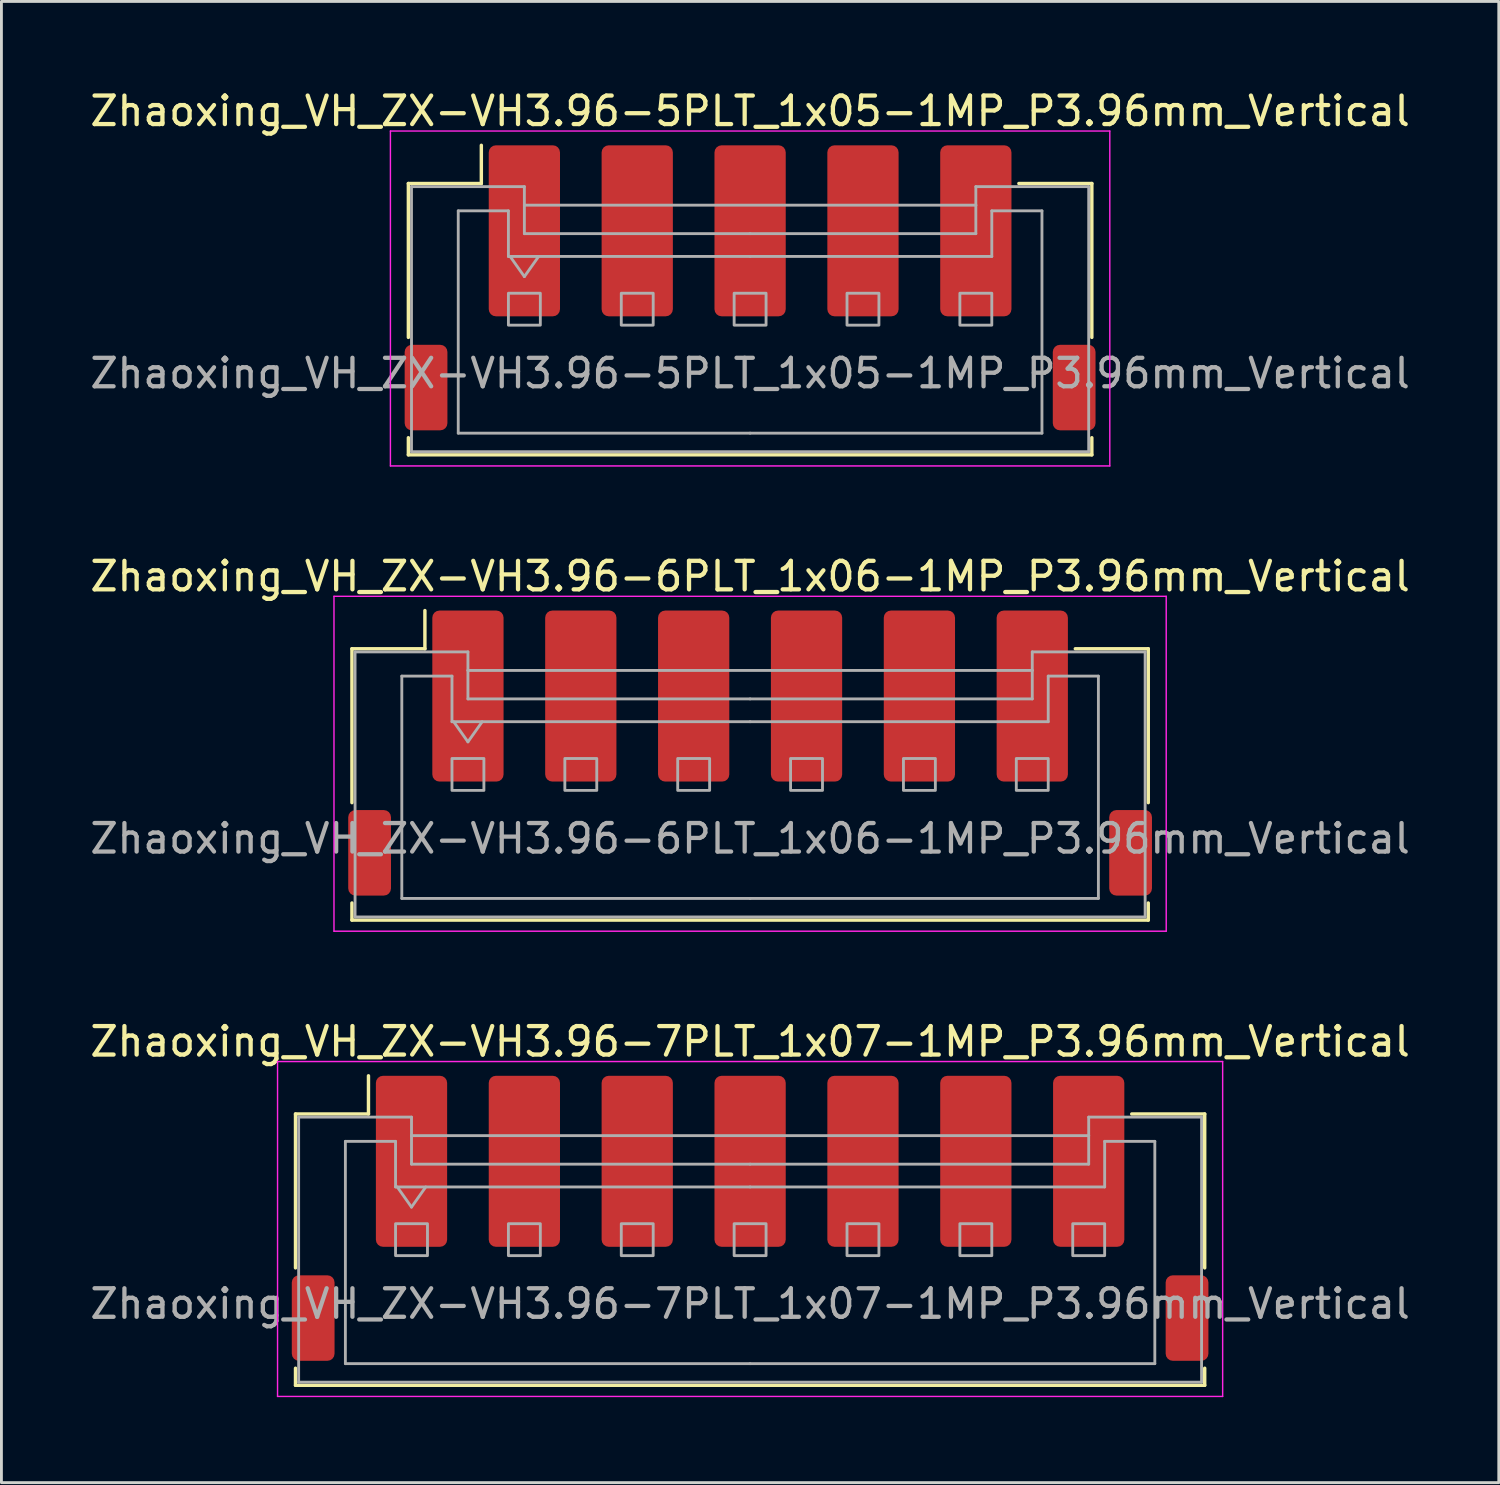
<source format=kicad_pcb>
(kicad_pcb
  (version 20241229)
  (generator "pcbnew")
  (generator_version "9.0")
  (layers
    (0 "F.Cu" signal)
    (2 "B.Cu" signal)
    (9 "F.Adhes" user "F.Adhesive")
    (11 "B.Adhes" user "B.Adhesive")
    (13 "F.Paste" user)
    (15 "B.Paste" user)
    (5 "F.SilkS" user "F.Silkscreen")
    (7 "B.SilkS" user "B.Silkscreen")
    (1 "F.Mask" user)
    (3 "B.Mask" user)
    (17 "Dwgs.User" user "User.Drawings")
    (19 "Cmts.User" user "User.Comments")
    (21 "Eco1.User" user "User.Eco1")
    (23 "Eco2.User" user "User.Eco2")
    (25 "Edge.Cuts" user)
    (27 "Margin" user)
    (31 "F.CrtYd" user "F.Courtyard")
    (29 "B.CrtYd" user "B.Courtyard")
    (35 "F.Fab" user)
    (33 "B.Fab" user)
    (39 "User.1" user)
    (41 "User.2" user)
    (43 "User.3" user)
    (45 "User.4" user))
  (footprint "Zhaoxing_VH_ZX-VH3.96-6PLT_1x06-1MP_P3.96mm_Vertical"
    (layer "F.Cu")
    (at 23.268 23.372)
    (property "Reference" "Zhaoxing_VH_ZX-VH3.96-6PLT_1x06-1MP_P3.96mm_Vertical" (at 0 -6.2 0) (layer "F.SilkS") (effects (font (size 1 1) (thickness 0.15))))
    (attr smd)
    (fp_line (start -13.97 -3.66) (end -11.41 -3.66) (stroke (width 0.12) (type solid)) (layer "F.SilkS"))
    (fp_line (start -13.97 1.74) (end -13.97 -3.66) (stroke (width 0.12) (type solid)) (layer "F.SilkS"))
    (fp_line (start -13.97 5.26) (end -13.97 5.86) (stroke (width 0.12) (type solid)) (layer "F.SilkS"))
    (fp_line (start -13.97 5.86) (end 13.97 5.86) (stroke (width 0.12) (type solid)) (layer "F.SilkS"))
    (fp_line (start -11.41 -3.66) (end -11.41 -5) (stroke (width 0.12) (type solid)) (layer "F.SilkS"))
    (fp_line (start 13.97 -3.66) (end 11.41 -3.66) (stroke (width 0.12) (type solid)) (layer "F.SilkS"))
    (fp_line (start 13.97 1.74) (end 13.97 -3.66) (stroke (width 0.12) (type solid)) (layer "F.SilkS"))
    (fp_line (start 13.97 5.86) (end 13.97 5.26) (stroke (width 0.12) (type solid)) (layer "F.SilkS"))
    (fp_line (start -14.6 -5.5) (end -14.6 6.25) (stroke (width 0.05) (type solid)) (layer "F.CrtYd"))
    (fp_line (start -14.6 6.25) (end 14.6 6.25) (stroke (width 0.05) (type solid)) (layer "F.CrtYd"))
    (fp_line (start 14.6 -5.5) (end -14.6 -5.5) (stroke (width 0.05) (type solid)) (layer "F.CrtYd"))
    (fp_line (start 14.6 6.25) (end 14.6 -5.5) (stroke (width 0.05) (type solid)) (layer "F.CrtYd"))
    (fp_line (start -13.86 -3.55) (end -13.86 5.75) (stroke (width 0.1) (type solid)) (layer "F.Fab"))
    (fp_line (start -13.86 -3.55) (end -9.9 -3.55) (stroke (width 0.1) (type solid)) (layer "F.Fab"))
    (fp_line (start -13.86 5.75) (end 13.86 5.75) (stroke (width 0.1) (type solid)) (layer "F.Fab"))
    (fp_line (start -12.22 -2.7) (end -12.22 5.1) (stroke (width 0.1) (type solid)) (layer "F.Fab"))
    (fp_line (start -12.22 5.1) (end 0 5.1) (stroke (width 0.1) (type solid)) (layer "F.Fab"))
    (fp_line (start -10.46 -2.7) (end -12.22 -2.7) (stroke (width 0.1) (type solid)) (layer "F.Fab"))
    (fp_line (start -10.46 -1.1) (end -10.46 -2.7) (stroke (width 0.1) (type solid)) (layer "F.Fab"))
    (fp_line (start -10.4 -1.1) (end -9.9 -0.393) (stroke (width 0.1) (type solid)) (layer "F.Fab"))
    (fp_line (start -9.9 -3.55) (end -9.9 -2.9) (stroke (width 0.1) (type solid)) (layer "F.Fab"))
    (fp_line (start -9.9 -2.9) (end 9.9 -2.9) (stroke (width 0.1) (type solid)) (layer "F.Fab"))
    (fp_line (start -9.9 -1.9) (end -9.9 -2.9) (stroke (width 0.1) (type solid)) (layer "F.Fab"))
    (fp_line (start -9.9 -0.393) (end -9.4 -1.1) (stroke (width 0.1) (type solid)) (layer "F.Fab"))
    (fp_line (start 0 -1.9) (end -9.9 -1.9) (stroke (width 0.1) (type solid)) (layer "F.Fab"))
    (fp_line (start 0 -1.9) (end 9.9 -1.9) (stroke (width 0.1) (type solid)) (layer "F.Fab"))
    (fp_line (start 0 -1.1) (end -10.46 -1.1) (stroke (width 0.1) (type solid)) (layer "F.Fab"))
    (fp_line (start 0 -1.1) (end 10.46 -1.1) (stroke (width 0.1) (type solid)) (layer "F.Fab"))
    (fp_line (start 9.9 -3.55) (end 13.86 -3.55) (stroke (width 0.1) (type solid)) (layer "F.Fab"))
    (fp_line (start 9.9 -2.9) (end 9.9 -3.55) (stroke (width 0.1) (type solid)) (layer "F.Fab"))
    (fp_line (start 9.9 -1.9) (end 9.9 -2.9) (stroke (width 0.1) (type solid)) (layer "F.Fab"))
    (fp_line (start 10.46 -2.7) (end 12.22 -2.7) (stroke (width 0.1) (type solid)) (layer "F.Fab"))
    (fp_line (start 10.46 -1.1) (end 10.46 -2.7) (stroke (width 0.1) (type solid)) (layer "F.Fab"))
    (fp_line (start 12.22 -2.7) (end 12.22 5.1) (stroke (width 0.1) (type solid)) (layer "F.Fab"))
    (fp_line (start 12.22 5.1) (end 0 5.1) (stroke (width 0.1) (type solid)) (layer "F.Fab"))
    (fp_line (start 13.86 -3.55) (end 13.86 5.75) (stroke (width 0.1) (type solid)) (layer "F.Fab"))
    (fp_rect (start -10.46 0.19) (end -9.34 1.31) (stroke (width 0.1) (type solid)) (fill no) (layer "F.Fab"))
    (fp_rect (start -6.5 0.19) (end -5.38 1.31) (stroke (width 0.1) (type solid)) (fill no) (layer "F.Fab"))
    (fp_rect (start -2.54 0.19) (end -1.42 1.31) (stroke (width 0.1) (type solid)) (fill no) (layer "F.Fab"))
    (fp_rect (start 1.42 0.19) (end 2.54 1.31) (stroke (width 0.1) (type solid)) (fill no) (layer "F.Fab"))
    (fp_rect (start 5.38 0.19) (end 6.5 1.31) (stroke (width 0.1) (type solid)) (fill no) (layer "F.Fab"))
    (fp_rect (start 9.34 0.19) (end 10.46 1.31) (stroke (width 0.1) (type solid)) (fill no) (layer "F.Fab"))
    (fp_text user "${REFERENCE}" (at 0 3 0) (layer "F.Fab") (effects (font (size 1 1) (thickness 0.15))))
    (pad "1" smd roundrect (at -9.9 -2) (size 2.5 6) (layers "F.Cu" "F.Mask" "F.Paste") (roundrect_rratio 0.1))
    (pad "2" smd roundrect (at -5.94 -2) (size 2.5 6) (layers "F.Cu" "F.Mask" "F.Paste") (roundrect_rratio 0.1))
    (pad "3" smd roundrect (at -1.98 -2) (size 2.5 6) (layers "F.Cu" "F.Mask" "F.Paste") (roundrect_rratio 0.1))
    (pad "4" smd roundrect (at 1.98 -2) (size 2.5 6) (layers "F.Cu" "F.Mask" "F.Paste") (roundrect_rratio 0.1))
    (pad "5" smd roundrect (at 5.94 -2) (size 2.5 6) (layers "F.Cu" "F.Mask" "F.Paste") (roundrect_rratio 0.1))
    (pad "6" smd roundrect (at 9.9 -2) (size 2.5 6) (layers "F.Cu" "F.Mask" "F.Paste") (roundrect_rratio 0.1))
    (pad "MP" smd roundrect (at -13.35 3.5) (size 1.5 3) (layers "F.Cu" "F.Mask" "F.Paste") (roundrect_rratio 0.167))
    (pad "MP" smd roundrect (at 13.35 3.5) (size 1.5 3) (layers "F.Cu" "F.Mask" "F.Paste") (roundrect_rratio 0.167)))
  (footprint "Zhaoxing_VH_ZX-VH3.96-5PLT_1x05-1MP_P3.96mm_Vertical"
    (layer "F.Cu")
    (at 23.268 7.048)
    (property "Reference" "Zhaoxing_VH_ZX-VH3.96-5PLT_1x05-1MP_P3.96mm_Vertical" (at 0 -6.2 0) (layer "F.SilkS") (effects (font (size 1 1) (thickness 0.15))))
    (attr smd)
    (fp_line (start -11.99 -3.66) (end -9.43 -3.66) (stroke (width 0.12) (type solid)) (layer "F.SilkS"))
    (fp_line (start -11.99 1.74) (end -11.99 -3.66) (stroke (width 0.12) (type solid)) (layer "F.SilkS"))
    (fp_line (start -11.99 5.26) (end -11.99 5.86) (stroke (width 0.12) (type solid)) (layer "F.SilkS"))
    (fp_line (start -11.99 5.86) (end 11.99 5.86) (stroke (width 0.12) (type solid)) (layer "F.SilkS"))
    (fp_line (start -9.43 -3.66) (end -9.43 -5) (stroke (width 0.12) (type solid)) (layer "F.SilkS"))
    (fp_line (start 11.99 -3.66) (end 9.43 -3.66) (stroke (width 0.12) (type solid)) (layer "F.SilkS"))
    (fp_line (start 11.99 1.74) (end 11.99 -3.66) (stroke (width 0.12) (type solid)) (layer "F.SilkS"))
    (fp_line (start 11.99 5.86) (end 11.99 5.26) (stroke (width 0.12) (type solid)) (layer "F.SilkS"))
    (fp_line (start -12.62 -5.5) (end -12.62 6.25) (stroke (width 0.05) (type solid)) (layer "F.CrtYd"))
    (fp_line (start -12.62 6.25) (end 12.62 6.25) (stroke (width 0.05) (type solid)) (layer "F.CrtYd"))
    (fp_line (start 12.62 -5.5) (end -12.62 -5.5) (stroke (width 0.05) (type solid)) (layer "F.CrtYd"))
    (fp_line (start 12.62 6.25) (end 12.62 -5.5) (stroke (width 0.05) (type solid)) (layer "F.CrtYd"))
    (fp_line (start -11.88 -3.55) (end -11.88 5.75) (stroke (width 0.1) (type solid)) (layer "F.Fab"))
    (fp_line (start -11.88 -3.55) (end -7.92 -3.55) (stroke (width 0.1) (type solid)) (layer "F.Fab"))
    (fp_line (start -11.88 5.75) (end 11.88 5.75) (stroke (width 0.1) (type solid)) (layer "F.Fab"))
    (fp_line (start -10.24 -2.7) (end -10.24 5.1) (stroke (width 0.1) (type solid)) (layer "F.Fab"))
    (fp_line (start -10.24 5.1) (end 0 5.1) (stroke (width 0.1) (type solid)) (layer "F.Fab"))
    (fp_line (start -8.48 -2.7) (end -10.24 -2.7) (stroke (width 0.1) (type solid)) (layer "F.Fab"))
    (fp_line (start -8.48 -1.1) (end -8.48 -2.7) (stroke (width 0.1) (type solid)) (layer "F.Fab"))
    (fp_line (start -8.42 -1.1) (end -7.92 -0.393) (stroke (width 0.1) (type solid)) (layer "F.Fab"))
    (fp_line (start -7.92 -3.55) (end -7.92 -2.9) (stroke (width 0.1) (type solid)) (layer "F.Fab"))
    (fp_line (start -7.92 -2.9) (end 7.92 -2.9) (stroke (width 0.1) (type solid)) (layer "F.Fab"))
    (fp_line (start -7.92 -1.9) (end -7.92 -2.9) (stroke (width 0.1) (type solid)) (layer "F.Fab"))
    (fp_line (start -7.92 -0.393) (end -7.42 -1.1) (stroke (width 0.1) (type solid)) (layer "F.Fab"))
    (fp_line (start 0 -1.9) (end -7.92 -1.9) (stroke (width 0.1) (type solid)) (layer "F.Fab"))
    (fp_line (start 0 -1.9) (end 7.92 -1.9) (stroke (width 0.1) (type solid)) (layer "F.Fab"))
    (fp_line (start 0 -1.1) (end -8.48 -1.1) (stroke (width 0.1) (type solid)) (layer "F.Fab"))
    (fp_line (start 0 -1.1) (end 8.48 -1.1) (stroke (width 0.1) (type solid)) (layer "F.Fab"))
    (fp_line (start 7.92 -3.55) (end 11.88 -3.55) (stroke (width 0.1) (type solid)) (layer "F.Fab"))
    (fp_line (start 7.92 -2.9) (end 7.92 -3.55) (stroke (width 0.1) (type solid)) (layer "F.Fab"))
    (fp_line (start 7.92 -1.9) (end 7.92 -2.9) (stroke (width 0.1) (type solid)) (layer "F.Fab"))
    (fp_line (start 8.48 -2.7) (end 10.24 -2.7) (stroke (width 0.1) (type solid)) (layer "F.Fab"))
    (fp_line (start 8.48 -1.1) (end 8.48 -2.7) (stroke (width 0.1) (type solid)) (layer "F.Fab"))
    (fp_line (start 10.24 -2.7) (end 10.24 5.1) (stroke (width 0.1) (type solid)) (layer "F.Fab"))
    (fp_line (start 10.24 5.1) (end 0 5.1) (stroke (width 0.1) (type solid)) (layer "F.Fab"))
    (fp_line (start 11.88 -3.55) (end 11.88 5.75) (stroke (width 0.1) (type solid)) (layer "F.Fab"))
    (fp_rect (start -8.48 0.19) (end -7.36 1.31) (stroke (width 0.1) (type solid)) (fill no) (layer "F.Fab"))
    (fp_rect (start -4.52 0.19) (end -3.4 1.31) (stroke (width 0.1) (type solid)) (fill no) (layer "F.Fab"))
    (fp_rect (start -0.56 0.19) (end 0.56 1.31) (stroke (width 0.1) (type solid)) (fill no) (layer "F.Fab"))
    (fp_rect (start 3.4 0.19) (end 4.52 1.31) (stroke (width 0.1) (type solid)) (fill no) (layer "F.Fab"))
    (fp_rect (start 7.36 0.19) (end 8.48 1.31) (stroke (width 0.1) (type solid)) (fill no) (layer "F.Fab"))
    (fp_text user "${REFERENCE}" (at 0 3 0) (layer "F.Fab") (effects (font (size 1 1) (thickness 0.15))))
    (pad "1" smd roundrect (at -7.92 -2) (size 2.5 6) (layers "F.Cu" "F.Mask" "F.Paste") (roundrect_rratio 0.1))
    (pad "2" smd roundrect (at -3.96 -2) (size 2.5 6) (layers "F.Cu" "F.Mask" "F.Paste") (roundrect_rratio 0.1))
    (pad "3" smd roundrect (at 0 -2) (size 2.5 6) (layers "F.Cu" "F.Mask" "F.Paste") (roundrect_rratio 0.1))
    (pad "4" smd roundrect (at 3.96 -2) (size 2.5 6) (layers "F.Cu" "F.Mask" "F.Paste") (roundrect_rratio 0.1))
    (pad "5" smd roundrect (at 7.92 -2) (size 2.5 6) (layers "F.Cu" "F.Mask" "F.Paste") (roundrect_rratio 0.1))
    (pad "MP" smd roundrect (at -11.37 3.5) (size 1.5 3) (layers "F.Cu" "F.Mask" "F.Paste") (roundrect_rratio 0.167))
    (pad "MP" smd roundrect (at 11.37 3.5) (size 1.5 3) (layers "F.Cu" "F.Mask" "F.Paste") (roundrect_rratio 0.167)))
  (footprint "Zhaoxing_VH_ZX-VH3.96-7PLT_1x07-1MP_P3.96mm_Vertical"
    (layer "F.Cu")
    (at 23.268 39.695)
    (property "Reference" "Zhaoxing_VH_ZX-VH3.96-7PLT_1x07-1MP_P3.96mm_Vertical" (at 0 -6.2 0) (layer "F.SilkS") (effects (font (size 1 1) (thickness 0.15))))
    (attr smd)
    (fp_line (start -15.95 -3.66) (end -13.39 -3.66) (stroke (width 0.12) (type solid)) (layer "F.SilkS"))
    (fp_line (start -15.95 1.74) (end -15.95 -3.66) (stroke (width 0.12) (type solid)) (layer "F.SilkS"))
    (fp_line (start -15.95 5.26) (end -15.95 5.86) (stroke (width 0.12) (type solid)) (layer "F.SilkS"))
    (fp_line (start -15.95 5.86) (end 15.95 5.86) (stroke (width 0.12) (type solid)) (layer "F.SilkS"))
    (fp_line (start -13.39 -3.66) (end -13.39 -5) (stroke (width 0.12) (type solid)) (layer "F.SilkS"))
    (fp_line (start 15.95 -3.66) (end 13.39 -3.66) (stroke (width 0.12) (type solid)) (layer "F.SilkS"))
    (fp_line (start 15.95 1.74) (end 15.95 -3.66) (stroke (width 0.12) (type solid)) (layer "F.SilkS"))
    (fp_line (start 15.95 5.86) (end 15.95 5.26) (stroke (width 0.12) (type solid)) (layer "F.SilkS"))
    (fp_line (start -16.58 -5.5) (end -16.58 6.25) (stroke (width 0.05) (type solid)) (layer "F.CrtYd"))
    (fp_line (start -16.58 6.25) (end 16.58 6.25) (stroke (width 0.05) (type solid)) (layer "F.CrtYd"))
    (fp_line (start 16.58 -5.5) (end -16.58 -5.5) (stroke (width 0.05) (type solid)) (layer "F.CrtYd"))
    (fp_line (start 16.58 6.25) (end 16.58 -5.5) (stroke (width 0.05) (type solid)) (layer "F.CrtYd"))
    (fp_line (start -15.84 -3.55) (end -15.84 5.75) (stroke (width 0.1) (type solid)) (layer "F.Fab"))
    (fp_line (start -15.84 -3.55) (end -11.88 -3.55) (stroke (width 0.1) (type solid)) (layer "F.Fab"))
    (fp_line (start -15.84 5.75) (end 15.84 5.75) (stroke (width 0.1) (type solid)) (layer "F.Fab"))
    (fp_line (start -14.2 -2.7) (end -14.2 5.1) (stroke (width 0.1) (type solid)) (layer "F.Fab"))
    (fp_line (start -14.2 5.1) (end 0 5.1) (stroke (width 0.1) (type solid)) (layer "F.Fab"))
    (fp_line (start -12.44 -2.7) (end -14.2 -2.7) (stroke (width 0.1) (type solid)) (layer "F.Fab"))
    (fp_line (start -12.44 -1.1) (end -12.44 -2.7) (stroke (width 0.1) (type solid)) (layer "F.Fab"))
    (fp_line (start -12.38 -1.1) (end -11.88 -0.393) (stroke (width 0.1) (type solid)) (layer "F.Fab"))
    (fp_line (start -11.88 -3.55) (end -11.88 -2.9) (stroke (width 0.1) (type solid)) (layer "F.Fab"))
    (fp_line (start -11.88 -2.9) (end 11.88 -2.9) (stroke (width 0.1) (type solid)) (layer "F.Fab"))
    (fp_line (start -11.88 -1.9) (end -11.88 -2.9) (stroke (width 0.1) (type solid)) (layer "F.Fab"))
    (fp_line (start -11.88 -0.393) (end -11.38 -1.1) (stroke (width 0.1) (type solid)) (layer "F.Fab"))
    (fp_line (start 0 -1.9) (end -11.88 -1.9) (stroke (width 0.1) (type solid)) (layer "F.Fab"))
    (fp_line (start 0 -1.9) (end 11.88 -1.9) (stroke (width 0.1) (type solid)) (layer "F.Fab"))
    (fp_line (start 0 -1.1) (end -12.44 -1.1) (stroke (width 0.1) (type solid)) (layer "F.Fab"))
    (fp_line (start 0 -1.1) (end 12.44 -1.1) (stroke (width 0.1) (type solid)) (layer "F.Fab"))
    (fp_line (start 11.88 -3.55) (end 15.84 -3.55) (stroke (width 0.1) (type solid)) (layer "F.Fab"))
    (fp_line (start 11.88 -2.9) (end 11.88 -3.55) (stroke (width 0.1) (type solid)) (layer "F.Fab"))
    (fp_line (start 11.88 -1.9) (end 11.88 -2.9) (stroke (width 0.1) (type solid)) (layer "F.Fab"))
    (fp_line (start 12.44 -2.7) (end 14.2 -2.7) (stroke (width 0.1) (type solid)) (layer "F.Fab"))
    (fp_line (start 12.44 -1.1) (end 12.44 -2.7) (stroke (width 0.1) (type solid)) (layer "F.Fab"))
    (fp_line (start 14.2 -2.7) (end 14.2 5.1) (stroke (width 0.1) (type solid)) (layer "F.Fab"))
    (fp_line (start 14.2 5.1) (end 0 5.1) (stroke (width 0.1) (type solid)) (layer "F.Fab"))
    (fp_line (start 15.84 -3.55) (end 15.84 5.75) (stroke (width 0.1) (type solid)) (layer "F.Fab"))
    (fp_rect (start -12.44 0.19) (end -11.32 1.31) (stroke (width 0.1) (type solid)) (fill no) (layer "F.Fab"))
    (fp_rect (start -8.48 0.19) (end -7.36 1.31) (stroke (width 0.1) (type solid)) (fill no) (layer "F.Fab"))
    (fp_rect (start -4.52 0.19) (end -3.4 1.31) (stroke (width 0.1) (type solid)) (fill no) (layer "F.Fab"))
    (fp_rect (start -0.56 0.19) (end 0.56 1.31) (stroke (width 0.1) (type solid)) (fill no) (layer "F.Fab"))
    (fp_rect (start 3.4 0.19) (end 4.52 1.31) (stroke (width 0.1) (type solid)) (fill no) (layer "F.Fab"))
    (fp_rect (start 7.36 0.19) (end 8.48 1.31) (stroke (width 0.1) (type solid)) (fill no) (layer "F.Fab"))
    (fp_rect (start 11.32 0.19) (end 12.44 1.31) (stroke (width 0.1) (type solid)) (fill no) (layer "F.Fab"))
    (fp_text user "${REFERENCE}" (at 0 3 0) (layer "F.Fab") (effects (font (size 1 1) (thickness 0.15))))
    (pad "1" smd roundrect (at -11.88 -2) (size 2.5 6) (layers "F.Cu" "F.Mask" "F.Paste") (roundrect_rratio 0.1))
    (pad "2" smd roundrect (at -7.92 -2) (size 2.5 6) (layers "F.Cu" "F.Mask" "F.Paste") (roundrect_rratio 0.1))
    (pad "3" smd roundrect (at -3.96 -2) (size 2.5 6) (layers "F.Cu" "F.Mask" "F.Paste") (roundrect_rratio 0.1))
    (pad "4" smd roundrect (at 0 -2) (size 2.5 6) (layers "F.Cu" "F.Mask" "F.Paste") (roundrect_rratio 0.1))
    (pad "5" smd roundrect (at 3.96 -2) (size 2.5 6) (layers "F.Cu" "F.Mask" "F.Paste") (roundrect_rratio 0.1))
    (pad "6" smd roundrect (at 7.92 -2) (size 2.5 6) (layers "F.Cu" "F.Mask" "F.Paste") (roundrect_rratio 0.1))
    (pad "7" smd roundrect (at 11.88 -2) (size 2.5 6) (layers "F.Cu" "F.Mask" "F.Paste") (roundrect_rratio 0.1))
    (pad "MP" smd roundrect (at -15.33 3.5) (size 1.5 3) (layers "F.Cu" "F.Mask" "F.Paste") (roundrect_rratio 0.167))
    (pad "MP" smd roundrect (at 15.33 3.5) (size 1.5 3) (layers "F.Cu" "F.Mask" "F.Paste") (roundrect_rratio 0.167)))
  (gr_rect
    (start -3 -3)
    (end 49.536 48.97)
    (stroke (width 0.1) (type default))
    (fill no)
    (layer "Edge.Cuts")))
</source>
